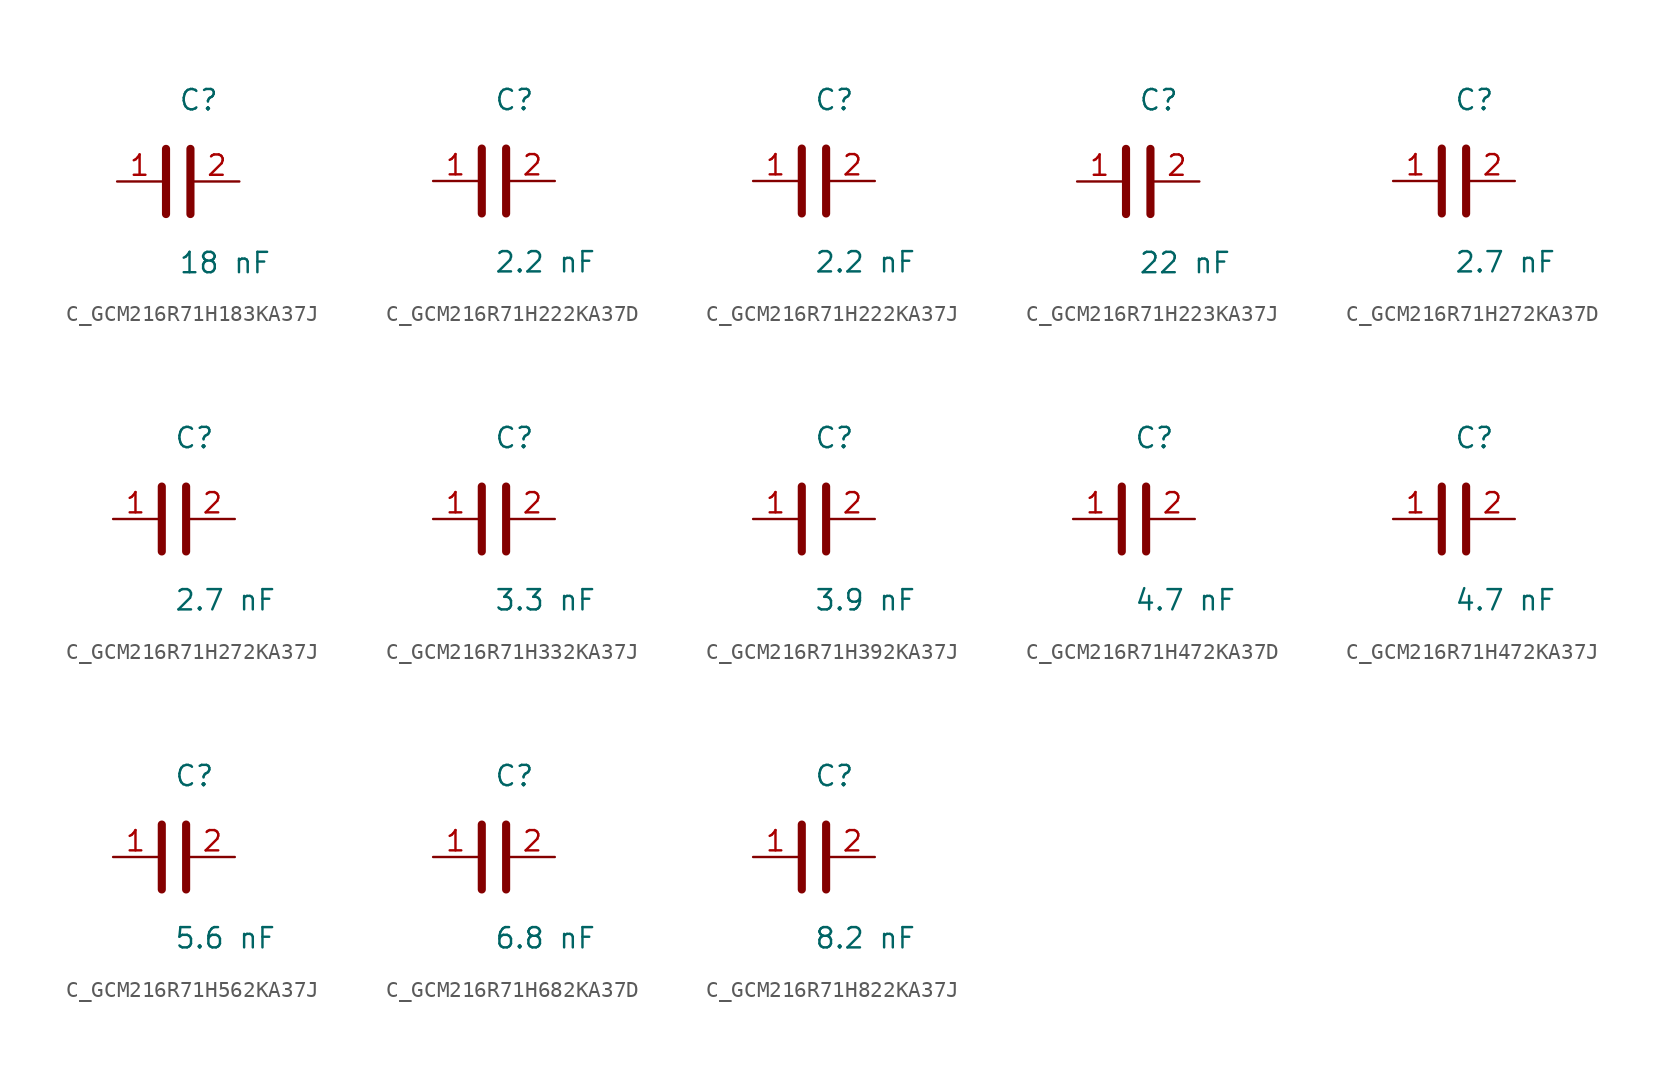
<source format=kicad_sym>
(kicad_symbol_lib
  (version 20231120)
  (generator kicad_symbol_editor)
  (generator_version 8.0)
  (symbol "C_GCM216R71H183KA37J"
    (pin_names
      (offset 0.254))
    (property "Reference" "C"
      (at 0.0 5.08 0)
      (effects (font (size 1.27 1.27)) (justify left)))
    (property "Value" "18 nF"
      (at 0.0 -5.08 0)
      (effects (font (size 1.27 1.27)) (justify left)))
    (symbol "C_GCM216R71H183KA37J_0_1"
      (polyline (pts (xy -0.762 -2.032) (xy -0.762 2.032)) (stroke (width 0.508) (type default)) (fill (type none)))
      (polyline (pts (xy 0.762 -2.032) (xy 0.762 2.032)) (stroke (width 0.508) (type default)) (fill (type none))))
    (pin unspecified line
      (at -3.81 0 0)
      (length 2.8)
      (name "" (effects (font (size 1.27 1.27))))
      (number "1" (effects (font (size 1.27 1.27)))))
    (pin unspecified line
      (at 3.81 0 180)
      (length 2.8)
      (name "" (effects (font (size 1.27 1.27))))
      (number "2" (effects (font (size 1.27 1.27))))))
  (symbol "C_GCM216R71H222KA37D"
    (pin_names
      (offset 0.254))
    (property "Reference" "C"
      (at 0.0 5.08 0)
      (effects (font (size 1.27 1.27)) (justify left)))
    (property "Value" "2.2 nF"
      (at 0.0 -5.08 0)
      (effects (font (size 1.27 1.27)) (justify left)))
    (symbol "C_GCM216R71H222KA37D_0_1"
      (polyline (pts (xy -0.762 -2.032) (xy -0.762 2.032)) (stroke (width 0.508) (type default)) (fill (type none)))
      (polyline (pts (xy 0.762 -2.032) (xy 0.762 2.032)) (stroke (width 0.508) (type default)) (fill (type none))))
    (pin unspecified line
      (at -3.81 0 0)
      (length 2.8)
      (name "" (effects (font (size 1.27 1.27))))
      (number "1" (effects (font (size 1.27 1.27)))))
    (pin unspecified line
      (at 3.81 0 180)
      (length 2.8)
      (name "" (effects (font (size 1.27 1.27))))
      (number "2" (effects (font (size 1.27 1.27))))))
  (symbol "C_GCM216R71H222KA37J"
    (pin_names
      (offset 0.254))
    (property "Reference" "C"
      (at 0.0 5.08 0)
      (effects (font (size 1.27 1.27)) (justify left)))
    (property "Value" "2.2 nF"
      (at 0.0 -5.08 0)
      (effects (font (size 1.27 1.27)) (justify left)))
    (symbol "C_GCM216R71H222KA37J_0_1"
      (polyline (pts (xy -0.762 -2.032) (xy -0.762 2.032)) (stroke (width 0.508) (type default)) (fill (type none)))
      (polyline (pts (xy 0.762 -2.032) (xy 0.762 2.032)) (stroke (width 0.508) (type default)) (fill (type none))))
    (pin unspecified line
      (at -3.81 0 0)
      (length 2.8)
      (name "" (effects (font (size 1.27 1.27))))
      (number "1" (effects (font (size 1.27 1.27)))))
    (pin unspecified line
      (at 3.81 0 180)
      (length 2.8)
      (name "" (effects (font (size 1.27 1.27))))
      (number "2" (effects (font (size 1.27 1.27))))))
  (symbol "C_GCM216R71H223KA37J"
    (pin_names
      (offset 0.254))
    (property "Reference" "C"
      (at 0.0 5.08 0)
      (effects (font (size 1.27 1.27)) (justify left)))
    (property "Value" "22 nF"
      (at 0.0 -5.08 0)
      (effects (font (size 1.27 1.27)) (justify left)))
    (symbol "C_GCM216R71H223KA37J_0_1"
      (polyline (pts (xy -0.762 -2.032) (xy -0.762 2.032)) (stroke (width 0.508) (type default)) (fill (type none)))
      (polyline (pts (xy 0.762 -2.032) (xy 0.762 2.032)) (stroke (width 0.508) (type default)) (fill (type none))))
    (pin unspecified line
      (at -3.81 0 0)
      (length 2.8)
      (name "" (effects (font (size 1.27 1.27))))
      (number "1" (effects (font (size 1.27 1.27)))))
    (pin unspecified line
      (at 3.81 0 180)
      (length 2.8)
      (name "" (effects (font (size 1.27 1.27))))
      (number "2" (effects (font (size 1.27 1.27))))))
  (symbol "C_GCM216R71H272KA37D"
    (pin_names
      (offset 0.254))
    (property "Reference" "C"
      (at 0.0 5.08 0)
      (effects (font (size 1.27 1.27)) (justify left)))
    (property "Value" "2.7 nF"
      (at 0.0 -5.08 0)
      (effects (font (size 1.27 1.27)) (justify left)))
    (symbol "C_GCM216R71H272KA37D_0_1"
      (polyline (pts (xy -0.762 -2.032) (xy -0.762 2.032)) (stroke (width 0.508) (type default)) (fill (type none)))
      (polyline (pts (xy 0.762 -2.032) (xy 0.762 2.032)) (stroke (width 0.508) (type default)) (fill (type none))))
    (pin unspecified line
      (at -3.81 0 0)
      (length 2.8)
      (name "" (effects (font (size 1.27 1.27))))
      (number "1" (effects (font (size 1.27 1.27)))))
    (pin unspecified line
      (at 3.81 0 180)
      (length 2.8)
      (name "" (effects (font (size 1.27 1.27))))
      (number "2" (effects (font (size 1.27 1.27))))))
  (symbol "C_GCM216R71H272KA37J"
    (pin_names
      (offset 0.254))
    (property "Reference" "C"
      (at 0.0 5.08 0)
      (effects (font (size 1.27 1.27)) (justify left)))
    (property "Value" "2.7 nF"
      (at 0.0 -5.08 0)
      (effects (font (size 1.27 1.27)) (justify left)))
    (symbol "C_GCM216R71H272KA37J_0_1"
      (polyline (pts (xy -0.762 -2.032) (xy -0.762 2.032)) (stroke (width 0.508) (type default)) (fill (type none)))
      (polyline (pts (xy 0.762 -2.032) (xy 0.762 2.032)) (stroke (width 0.508) (type default)) (fill (type none))))
    (pin unspecified line
      (at -3.81 0 0)
      (length 2.8)
      (name "" (effects (font (size 1.27 1.27))))
      (number "1" (effects (font (size 1.27 1.27)))))
    (pin unspecified line
      (at 3.81 0 180)
      (length 2.8)
      (name "" (effects (font (size 1.27 1.27))))
      (number "2" (effects (font (size 1.27 1.27))))))
  (symbol "C_GCM216R71H332KA37J"
    (pin_names
      (offset 0.254))
    (property "Reference" "C"
      (at 0.0 5.08 0)
      (effects (font (size 1.27 1.27)) (justify left)))
    (property "Value" "3.3 nF"
      (at 0.0 -5.08 0)
      (effects (font (size 1.27 1.27)) (justify left)))
    (symbol "C_GCM216R71H332KA37J_0_1"
      (polyline (pts (xy -0.762 -2.032) (xy -0.762 2.032)) (stroke (width 0.508) (type default)) (fill (type none)))
      (polyline (pts (xy 0.762 -2.032) (xy 0.762 2.032)) (stroke (width 0.508) (type default)) (fill (type none))))
    (pin unspecified line
      (at -3.81 0 0)
      (length 2.8)
      (name "" (effects (font (size 1.27 1.27))))
      (number "1" (effects (font (size 1.27 1.27)))))
    (pin unspecified line
      (at 3.81 0 180)
      (length 2.8)
      (name "" (effects (font (size 1.27 1.27))))
      (number "2" (effects (font (size 1.27 1.27))))))
  (symbol "C_GCM216R71H392KA37J"
    (pin_names
      (offset 0.254))
    (property "Reference" "C"
      (at 0.0 5.08 0)
      (effects (font (size 1.27 1.27)) (justify left)))
    (property "Value" "3.9 nF"
      (at 0.0 -5.08 0)
      (effects (font (size 1.27 1.27)) (justify left)))
    (symbol "C_GCM216R71H392KA37J_0_1"
      (polyline (pts (xy -0.762 -2.032) (xy -0.762 2.032)) (stroke (width 0.508) (type default)) (fill (type none)))
      (polyline (pts (xy 0.762 -2.032) (xy 0.762 2.032)) (stroke (width 0.508) (type default)) (fill (type none))))
    (pin unspecified line
      (at -3.81 0 0)
      (length 2.8)
      (name "" (effects (font (size 1.27 1.27))))
      (number "1" (effects (font (size 1.27 1.27)))))
    (pin unspecified line
      (at 3.81 0 180)
      (length 2.8)
      (name "" (effects (font (size 1.27 1.27))))
      (number "2" (effects (font (size 1.27 1.27))))))
  (symbol "C_GCM216R71H472KA37D"
    (pin_names
      (offset 0.254))
    (property "Reference" "C"
      (at 0.0 5.08 0)
      (effects (font (size 1.27 1.27)) (justify left)))
    (property "Value" "4.7 nF"
      (at 0.0 -5.08 0)
      (effects (font (size 1.27 1.27)) (justify left)))
    (symbol "C_GCM216R71H472KA37D_0_1"
      (polyline (pts (xy -0.762 -2.032) (xy -0.762 2.032)) (stroke (width 0.508) (type default)) (fill (type none)))
      (polyline (pts (xy 0.762 -2.032) (xy 0.762 2.032)) (stroke (width 0.508) (type default)) (fill (type none))))
    (pin unspecified line
      (at -3.81 0 0)
      (length 2.8)
      (name "" (effects (font (size 1.27 1.27))))
      (number "1" (effects (font (size 1.27 1.27)))))
    (pin unspecified line
      (at 3.81 0 180)
      (length 2.8)
      (name "" (effects (font (size 1.27 1.27))))
      (number "2" (effects (font (size 1.27 1.27))))))
  (symbol "C_GCM216R71H472KA37J"
    (pin_names
      (offset 0.254))
    (property "Reference" "C"
      (at 0.0 5.08 0)
      (effects (font (size 1.27 1.27)) (justify left)))
    (property "Value" "4.7 nF"
      (at 0.0 -5.08 0)
      (effects (font (size 1.27 1.27)) (justify left)))
    (symbol "C_GCM216R71H472KA37J_0_1"
      (polyline (pts (xy -0.762 -2.032) (xy -0.762 2.032)) (stroke (width 0.508) (type default)) (fill (type none)))
      (polyline (pts (xy 0.762 -2.032) (xy 0.762 2.032)) (stroke (width 0.508) (type default)) (fill (type none))))
    (pin unspecified line
      (at -3.81 0 0)
      (length 2.8)
      (name "" (effects (font (size 1.27 1.27))))
      (number "1" (effects (font (size 1.27 1.27)))))
    (pin unspecified line
      (at 3.81 0 180)
      (length 2.8)
      (name "" (effects (font (size 1.27 1.27))))
      (number "2" (effects (font (size 1.27 1.27))))))
  (symbol "C_GCM216R71H562KA37J"
    (pin_names
      (offset 0.254))
    (property "Reference" "C"
      (at 0.0 5.08 0)
      (effects (font (size 1.27 1.27)) (justify left)))
    (property "Value" "5.6 nF"
      (at 0.0 -5.08 0)
      (effects (font (size 1.27 1.27)) (justify left)))
    (symbol "C_GCM216R71H562KA37J_0_1"
      (polyline (pts (xy -0.762 -2.032) (xy -0.762 2.032)) (stroke (width 0.508) (type default)) (fill (type none)))
      (polyline (pts (xy 0.762 -2.032) (xy 0.762 2.032)) (stroke (width 0.508) (type default)) (fill (type none))))
    (pin unspecified line
      (at -3.81 0 0)
      (length 2.8)
      (name "" (effects (font (size 1.27 1.27))))
      (number "1" (effects (font (size 1.27 1.27)))))
    (pin unspecified line
      (at 3.81 0 180)
      (length 2.8)
      (name "" (effects (font (size 1.27 1.27))))
      (number "2" (effects (font (size 1.27 1.27))))))
  (symbol "C_GCM216R71H682KA37D"
    (pin_names
      (offset 0.254))
    (property "Reference" "C"
      (at 0.0 5.08 0)
      (effects (font (size 1.27 1.27)) (justify left)))
    (property "Value" "6.8 nF"
      (at 0.0 -5.08 0)
      (effects (font (size 1.27 1.27)) (justify left)))
    (symbol "C_GCM216R71H682KA37D_0_1"
      (polyline (pts (xy -0.762 -2.032) (xy -0.762 2.032)) (stroke (width 0.508) (type default)) (fill (type none)))
      (polyline (pts (xy 0.762 -2.032) (xy 0.762 2.032)) (stroke (width 0.508) (type default)) (fill (type none))))
    (pin unspecified line
      (at -3.81 0 0)
      (length 2.8)
      (name "" (effects (font (size 1.27 1.27))))
      (number "1" (effects (font (size 1.27 1.27)))))
    (pin unspecified line
      (at 3.81 0 180)
      (length 2.8)
      (name "" (effects (font (size 1.27 1.27))))
      (number "2" (effects (font (size 1.27 1.27))))))
  (symbol "C_GCM216R71H822KA37J"
    (pin_names
      (offset 0.254))
    (property "Reference" "C"
      (at 0.0 5.08 0)
      (effects (font (size 1.27 1.27)) (justify left)))
    (property "Value" "8.2 nF"
      (at 0.0 -5.08 0)
      (effects (font (size 1.27 1.27)) (justify left)))
    (symbol "C_GCM216R71H822KA37J_0_1"
      (polyline (pts (xy -0.762 -2.032) (xy -0.762 2.032)) (stroke (width 0.508) (type default)) (fill (type none)))
      (polyline (pts (xy 0.762 -2.032) (xy 0.762 2.032)) (stroke (width 0.508) (type default)) (fill (type none))))
    (pin unspecified line
      (at -3.81 0 0)
      (length 2.8)
      (name "" (effects (font (size 1.27 1.27))))
      (number "1" (effects (font (size 1.27 1.27)))))
    (pin unspecified line
      (at 3.81 0 180)
      (length 2.8)
      (name "" (effects (font (size 1.27 1.27))))
      (number "2" (effects (font (size 1.27 1.27)))))))
</source>
